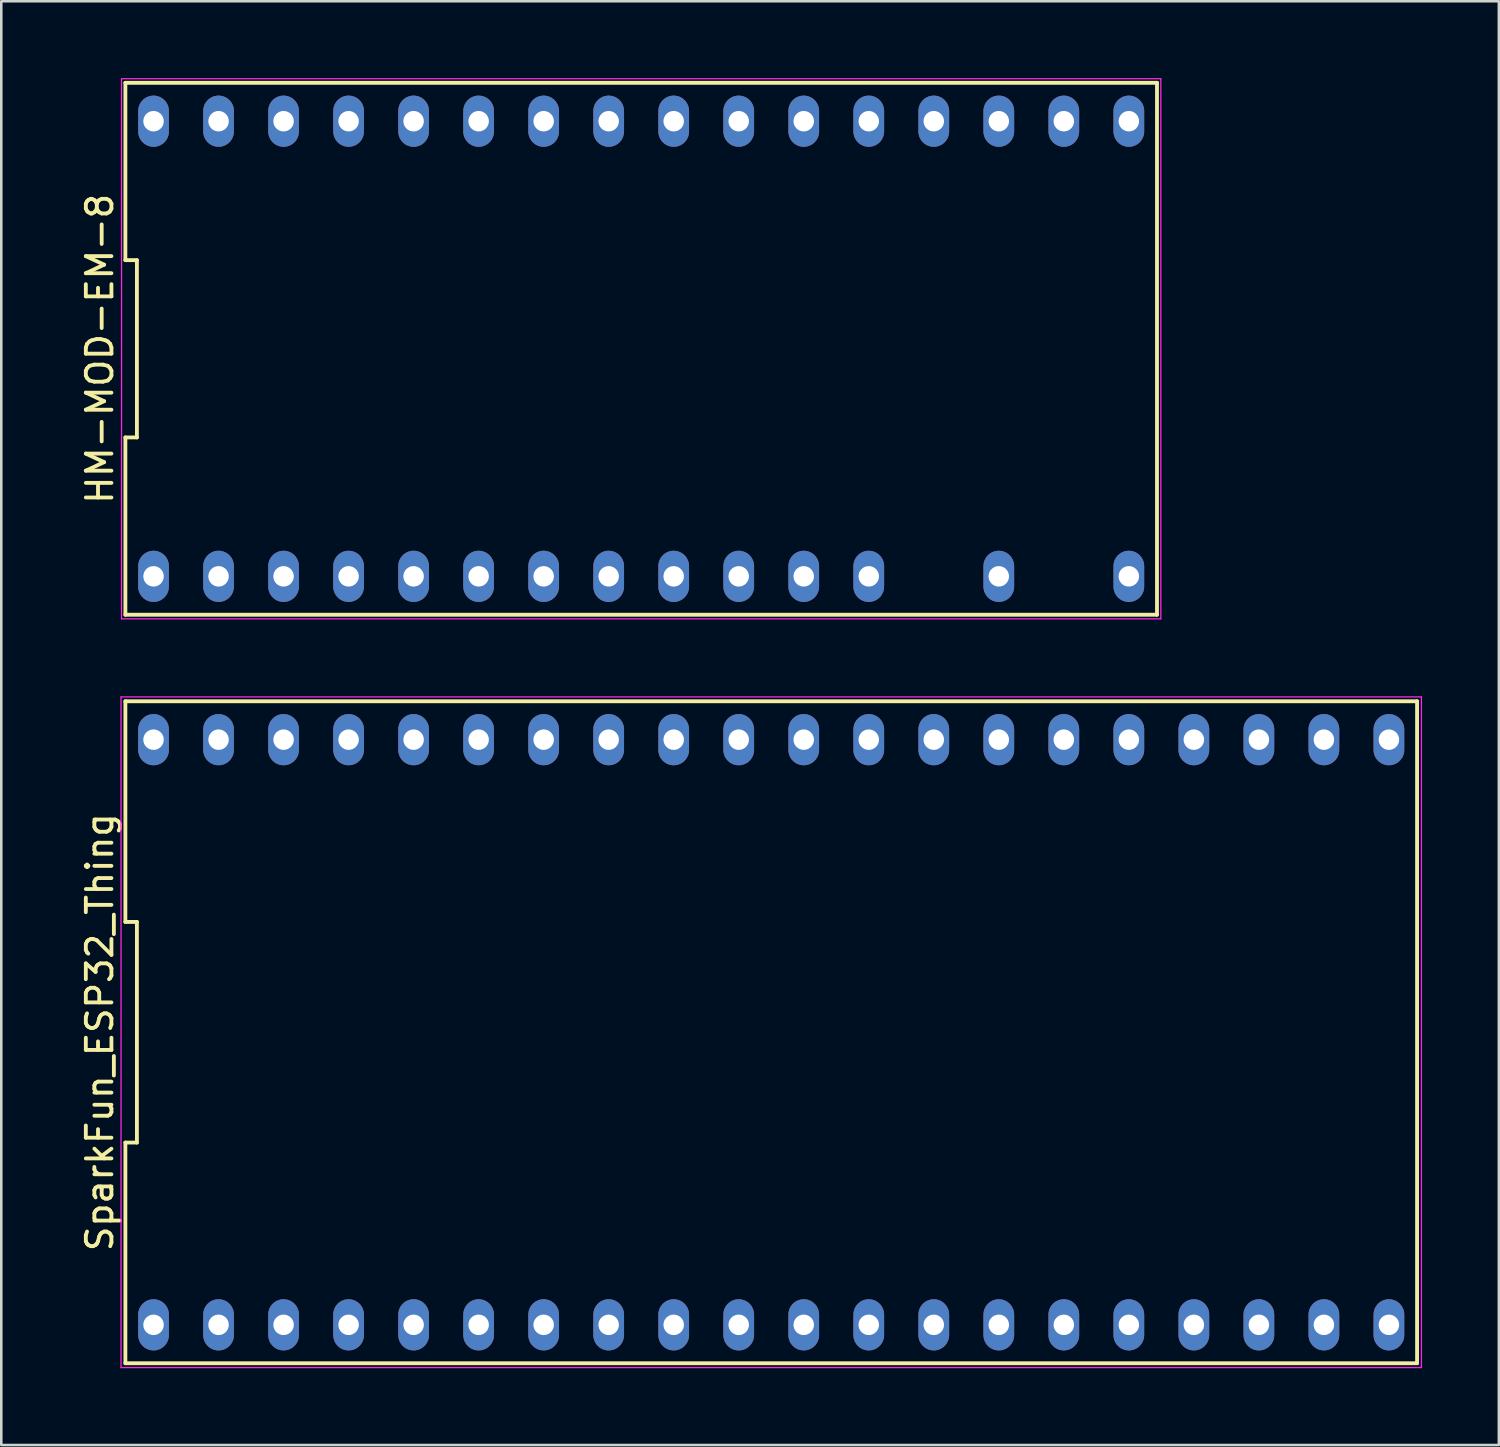
<source format=kicad_pcb>
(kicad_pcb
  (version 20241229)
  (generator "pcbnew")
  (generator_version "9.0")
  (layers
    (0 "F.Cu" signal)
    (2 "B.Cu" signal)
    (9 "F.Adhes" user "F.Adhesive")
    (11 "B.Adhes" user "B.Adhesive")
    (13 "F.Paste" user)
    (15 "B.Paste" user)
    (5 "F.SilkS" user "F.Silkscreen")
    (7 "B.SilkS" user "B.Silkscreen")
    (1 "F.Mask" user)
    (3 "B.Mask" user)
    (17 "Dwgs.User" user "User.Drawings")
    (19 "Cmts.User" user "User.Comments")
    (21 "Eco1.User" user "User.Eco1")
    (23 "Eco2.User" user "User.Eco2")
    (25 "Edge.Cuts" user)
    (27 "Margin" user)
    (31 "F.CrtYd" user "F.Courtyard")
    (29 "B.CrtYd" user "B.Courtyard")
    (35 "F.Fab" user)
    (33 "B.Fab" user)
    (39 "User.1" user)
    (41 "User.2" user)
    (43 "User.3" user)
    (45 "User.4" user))
  (footprint "HM-MOD-EM-8"
    (layer "F.Cu")
    (at 21.998 10.575)
    (property "Reference" "HM-MOD-EM-8" (at -21.15 0 90) (layer "F.SilkS") (effects (font (size 1 1) (thickness 0.15))))
    (attr through_hole)
    (fp_line (start -20.15 -10.39) (end -20.15 -3.463) (stroke (width 0.15) (type solid)) (layer "F.SilkS"))
    (fp_line (start -20.15 -3.463) (end -19.7 -3.463) (stroke (width 0.15) (type solid)) (layer "F.SilkS"))
    (fp_line (start -20.15 3.463) (end -20.15 10.39) (stroke (width 0.15) (type solid)) (layer "F.SilkS"))
    (fp_line (start -20.15 10.39) (end 20.15 10.39) (stroke (width 0.15) (type solid)) (layer "F.SilkS"))
    (fp_line (start -19.7 -3.463) (end -19.7 3.463) (stroke (width 0.15) (type solid)) (layer "F.SilkS"))
    (fp_line (start -19.7 3.463) (end -20.15 3.463) (stroke (width 0.15) (type solid)) (layer "F.SilkS"))
    (fp_line (start 20.15 -10.39) (end -20.15 -10.39) (stroke (width 0.15) (type solid)) (layer "F.SilkS"))
    (fp_line (start 20.15 10.39) (end 20.15 -10.39) (stroke (width 0.15) (type solid)) (layer "F.SilkS"))
    (fp_line (start -20.3 -10.55) (end 20.3 -10.55) (stroke (width 0.05) (type solid)) (layer "F.CrtYd"))
    (fp_line (start -20.3 10.55) (end -20.3 -10.55) (stroke (width 0.05) (type solid)) (layer "F.CrtYd"))
    (fp_line (start 20.3 -10.55) (end 20.3 10.55) (stroke (width 0.05) (type solid)) (layer "F.CrtYd"))
    (fp_line (start 20.3 10.55) (end -20.3 10.55) (stroke (width 0.05) (type solid)) (layer "F.CrtYd"))
    (pad "1" thru_hole oval (at -19.05 8.89) (size 1.2 2) (drill 0.8) (layers "*.Cu" "*.Mask"))
    (pad "2" thru_hole oval (at -16.51 8.89) (size 1.2 2) (drill 0.8) (layers "*.Cu" "*.Mask"))
    (pad "3" thru_hole oval (at -13.97 8.89) (size 1.2 2) (drill 0.8) (layers "*.Cu" "*.Mask"))
    (pad "4" thru_hole oval (at -11.43 8.89) (size 1.2 2) (drill 0.8) (layers "*.Cu" "*.Mask"))
    (pad "5" thru_hole oval (at -8.89 8.89) (size 1.2 2) (drill 0.8) (layers "*.Cu" "*.Mask"))
    (pad "6" thru_hole oval (at -6.35 8.89) (size 1.2 2) (drill 0.8) (layers "*.Cu" "*.Mask"))
    (pad "7" thru_hole oval (at -3.81 8.89) (size 1.2 2) (drill 0.8) (layers "*.Cu" "*.Mask"))
    (pad "8" thru_hole oval (at -1.27 8.89) (size 1.2 2) (drill 0.8) (layers "*.Cu" "*.Mask"))
    (pad "9" thru_hole oval (at 1.27 8.89) (size 1.2 2) (drill 0.8) (layers "*.Cu" "*.Mask"))
    (pad "10" thru_hole oval (at 3.81 8.89) (size 1.2 2) (drill 0.8) (layers "*.Cu" "*.Mask"))
    (pad "11" thru_hole oval (at 6.35 8.89) (size 1.2 2) (drill 0.8) (layers "*.Cu" "*.Mask"))
    (pad "12" thru_hole oval (at 8.89 8.89) (size 1.2 2) (drill 0.8) (layers "*.Cu" "*.Mask"))
    (pad "14" thru_hole oval (at 13.97 8.89) (size 1.2 2) (drill 0.8) (layers "*.Cu" "*.Mask"))
    (pad "16" thru_hole oval (at 19.05 8.89) (size 1.2 2) (drill 0.8) (layers "*.Cu" "*.Mask"))
    (pad "17" thru_hole oval (at 19.05 -8.89) (size 1.2 2) (drill 0.8) (layers "*.Cu" "*.Mask"))
    (pad "18" thru_hole oval (at 16.51 -8.89) (size 1.2 2) (drill 0.8) (layers "*.Cu" "*.Mask"))
    (pad "19" thru_hole oval (at 13.97 -8.89) (size 1.2 2) (drill 0.8) (layers "*.Cu" "*.Mask"))
    (pad "20" thru_hole oval (at 11.43 -8.89) (size 1.2 2) (drill 0.8) (layers "*.Cu" "*.Mask"))
    (pad "21" thru_hole oval (at 8.89 -8.89) (size 1.2 2) (drill 0.8) (layers "*.Cu" "*.Mask"))
    (pad "22" thru_hole oval (at 6.35 -8.89) (size 1.2 2) (drill 0.8) (layers "*.Cu" "*.Mask"))
    (pad "23" thru_hole oval (at 3.81 -8.89) (size 1.2 2) (drill 0.8) (layers "*.Cu" "*.Mask"))
    (pad "24" thru_hole oval (at 1.27 -8.89) (size 1.2 2) (drill 0.8) (layers "*.Cu" "*.Mask"))
    (pad "25" thru_hole oval (at -1.27 -8.89) (size 1.2 2) (drill 0.8) (layers "*.Cu" "*.Mask"))
    (pad "26" thru_hole oval (at -3.81 -8.89) (size 1.2 2) (drill 0.8) (layers "*.Cu" "*.Mask"))
    (pad "27" thru_hole oval (at -6.35 -8.89) (size 1.2 2) (drill 0.8) (layers "*.Cu" "*.Mask"))
    (pad "28" thru_hole oval (at -8.89 -8.89) (size 1.2 2) (drill 0.8) (layers "*.Cu" "*.Mask"))
    (pad "29" thru_hole oval (at -11.43 -8.89) (size 1.2 2) (drill 0.8) (layers "*.Cu" "*.Mask"))
    (pad "30" thru_hole oval (at -13.97 -8.89) (size 1.2 2) (drill 0.8) (layers "*.Cu" "*.Mask"))
    (pad "31" thru_hole oval (at -16.51 -8.89) (size 1.2 2) (drill 0.8) (layers "*.Cu" "*.Mask"))
    (pad "32" thru_hole oval (at -19.05 -8.89) (size 1.2 2) (drill 0.8) (layers "*.Cu" "*.Mask")))
  (footprint "SparkFun_ESP32_Thing"
    (layer "F.Cu")
    (at 27.078 37.275)
    (property "Reference" "SparkFun_ESP32_Thing" (at -26.23 0 90) (layer "F.SilkS") (effects (font (size 1 1) (thickness 0.15))))
    (attr through_hole)
    (fp_line (start -25.23 -12.93) (end -25.23 -4.31) (stroke (width 0.15) (type solid)) (layer "F.SilkS"))
    (fp_line (start -25.23 -4.31) (end -24.78 -4.31) (stroke (width 0.15) (type solid)) (layer "F.SilkS"))
    (fp_line (start -25.23 4.31) (end -25.23 12.93) (stroke (width 0.15) (type solid)) (layer "F.SilkS"))
    (fp_line (start -25.23 12.93) (end 25.23 12.93) (stroke (width 0.15) (type solid)) (layer "F.SilkS"))
    (fp_line (start -24.78 -4.31) (end -24.78 4.31) (stroke (width 0.15) (type solid)) (layer "F.SilkS"))
    (fp_line (start -24.78 4.31) (end -25.23 4.31) (stroke (width 0.15) (type solid)) (layer "F.SilkS"))
    (fp_line (start 25.23 -12.93) (end -25.23 -12.93) (stroke (width 0.15) (type solid)) (layer "F.SilkS"))
    (fp_line (start 25.23 12.93) (end 25.23 -12.93) (stroke (width 0.15) (type solid)) (layer "F.SilkS"))
    (fp_line (start -25.4 -13.1) (end 25.4 -13.1) (stroke (width 0.05) (type solid)) (layer "F.CrtYd"))
    (fp_line (start -25.4 13.1) (end -25.4 -13.1) (stroke (width 0.05) (type solid)) (layer "F.CrtYd"))
    (fp_line (start 25.4 -13.1) (end 25.4 13.1) (stroke (width 0.05) (type solid)) (layer "F.CrtYd"))
    (fp_line (start 25.4 13.1) (end -25.4 13.1) (stroke (width 0.05) (type solid)) (layer "F.CrtYd"))
    (pad "1" thru_hole oval (at -24.13 11.43) (size 1.2 2) (drill 0.8) (layers "*.Cu" "*.Mask"))
    (pad "2" thru_hole oval (at -21.59 11.43) (size 1.2 2) (drill 0.8) (layers "*.Cu" "*.Mask"))
    (pad "3" thru_hole oval (at -19.05 11.43) (size 1.2 2) (drill 0.8) (layers "*.Cu" "*.Mask"))
    (pad "4" thru_hole oval (at -16.51 11.43) (size 1.2 2) (drill 0.8) (layers "*.Cu" "*.Mask"))
    (pad "5" thru_hole oval (at -13.97 11.43) (size 1.2 2) (drill 0.8) (layers "*.Cu" "*.Mask"))
    (pad "6" thru_hole oval (at -11.43 11.43) (size 1.2 2) (drill 0.8) (layers "*.Cu" "*.Mask"))
    (pad "7" thru_hole oval (at -8.89 11.43) (size 1.2 2) (drill 0.8) (layers "*.Cu" "*.Mask"))
    (pad "8" thru_hole oval (at -6.35 11.43) (size 1.2 2) (drill 0.8) (layers "*.Cu" "*.Mask"))
    (pad "9" thru_hole oval (at -3.81 11.43) (size 1.2 2) (drill 0.8) (layers "*.Cu" "*.Mask"))
    (pad "10" thru_hole oval (at -1.27 11.43) (size 1.2 2) (drill 0.8) (layers "*.Cu" "*.Mask"))
    (pad "11" thru_hole oval (at 1.27 11.43) (size 1.2 2) (drill 0.8) (layers "*.Cu" "*.Mask"))
    (pad "12" thru_hole oval (at 3.81 11.43) (size 1.2 2) (drill 0.8) (layers "*.Cu" "*.Mask"))
    (pad "13" thru_hole oval (at 6.35 11.43) (size 1.2 2) (drill 0.8) (layers "*.Cu" "*.Mask"))
    (pad "14" thru_hole oval (at 8.89 11.43) (size 1.2 2) (drill 0.8) (layers "*.Cu" "*.Mask"))
    (pad "15" thru_hole oval (at 11.43 11.43) (size 1.2 2) (drill 0.8) (layers "*.Cu" "*.Mask"))
    (pad "16" thru_hole oval (at 13.97 11.43) (size 1.2 2) (drill 0.8) (layers "*.Cu" "*.Mask"))
    (pad "17" thru_hole oval (at 16.51 11.43) (size 1.2 2) (drill 0.8) (layers "*.Cu" "*.Mask"))
    (pad "18" thru_hole oval (at 19.05 11.43) (size 1.2 2) (drill 0.8) (layers "*.Cu" "*.Mask"))
    (pad "19" thru_hole oval (at 21.59 11.43) (size 1.2 2) (drill 0.8) (layers "*.Cu" "*.Mask"))
    (pad "20" thru_hole oval (at 24.13 11.43) (size 1.2 2) (drill 0.8) (layers "*.Cu" "*.Mask"))
    (pad "21" thru_hole oval (at 24.13 -11.43) (size 1.2 2) (drill 0.8) (layers "*.Cu" "*.Mask"))
    (pad "22" thru_hole oval (at 21.59 -11.43) (size 1.2 2) (drill 0.8) (layers "*.Cu" "*.Mask"))
    (pad "23" thru_hole oval (at 19.05 -11.43) (size 1.2 2) (drill 0.8) (layers "*.Cu" "*.Mask"))
    (pad "24" thru_hole oval (at 16.51 -11.43) (size 1.2 2) (drill 0.8) (layers "*.Cu" "*.Mask"))
    (pad "25" thru_hole oval (at 13.97 -11.43) (size 1.2 2) (drill 0.8) (layers "*.Cu" "*.Mask"))
    (pad "26" thru_hole oval (at 11.43 -11.43) (size 1.2 2) (drill 0.8) (layers "*.Cu" "*.Mask"))
    (pad "27" thru_hole oval (at 8.89 -11.43) (size 1.2 2) (drill 0.8) (layers "*.Cu" "*.Mask"))
    (pad "28" thru_hole oval (at 6.35 -11.43) (size 1.2 2) (drill 0.8) (layers "*.Cu" "*.Mask"))
    (pad "29" thru_hole oval (at 3.81 -11.43) (size 1.2 2) (drill 0.8) (layers "*.Cu" "*.Mask"))
    (pad "30" thru_hole oval (at 1.27 -11.43) (size 1.2 2) (drill 0.8) (layers "*.Cu" "*.Mask"))
    (pad "31" thru_hole oval (at -1.27 -11.43) (size 1.2 2) (drill 0.8) (layers "*.Cu" "*.Mask"))
    (pad "32" thru_hole oval (at -3.81 -11.43) (size 1.2 2) (drill 0.8) (layers "*.Cu" "*.Mask"))
    (pad "33" thru_hole oval (at -6.35 -11.43) (size 1.2 2) (drill 0.8) (layers "*.Cu" "*.Mask"))
    (pad "34" thru_hole oval (at -8.89 -11.43) (size 1.2 2) (drill 0.8) (layers "*.Cu" "*.Mask"))
    (pad "35" thru_hole oval (at -11.43 -11.43) (size 1.2 2) (drill 0.8) (layers "*.Cu" "*.Mask"))
    (pad "36" thru_hole oval (at -13.97 -11.43) (size 1.2 2) (drill 0.8) (layers "*.Cu" "*.Mask"))
    (pad "37" thru_hole oval (at -16.51 -11.43) (size 1.2 2) (drill 0.8) (layers "*.Cu" "*.Mask"))
    (pad "38" thru_hole oval (at -19.05 -11.43) (size 1.2 2) (drill 0.8) (layers "*.Cu" "*.Mask"))
    (pad "39" thru_hole oval (at -21.59 -11.43) (size 1.2 2) (drill 0.8) (layers "*.Cu" "*.Mask"))
    (pad "40" thru_hole oval (at -24.13 -11.43) (size 1.2 2) (drill 0.8) (layers "*.Cu" "*.Mask")))
  (gr_rect
    (start -3 -3)
    (end 55.503 53.4)
    (stroke (width 0.1) (type default))
    (fill no)
    (layer "Edge.Cuts")))
</source>
